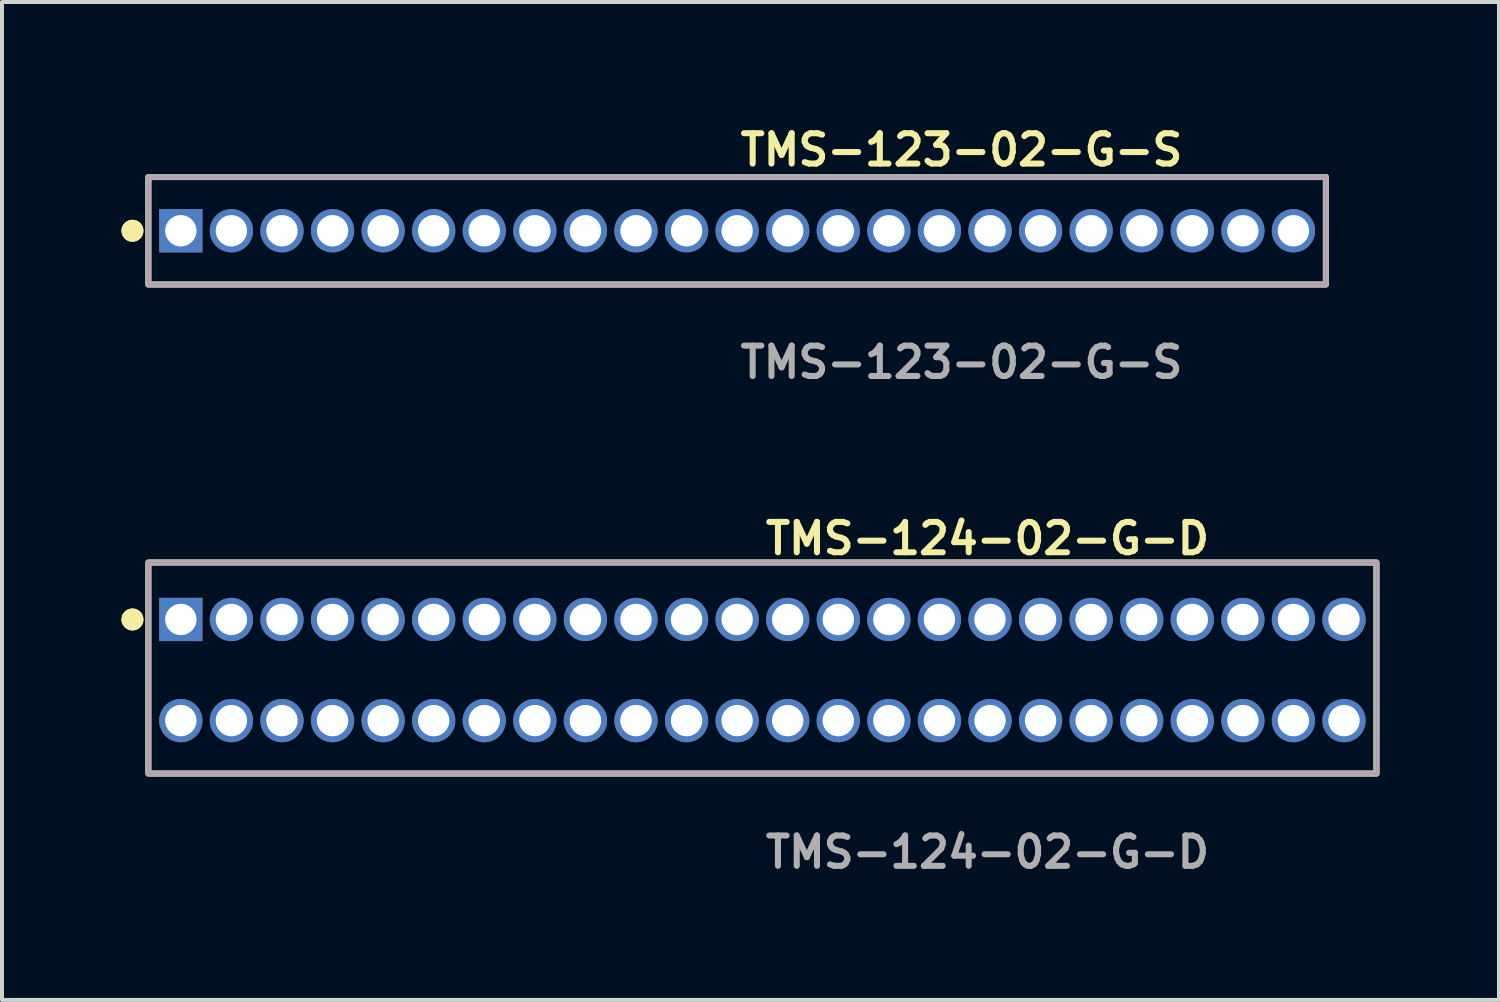
<source format=kicad_pcb>
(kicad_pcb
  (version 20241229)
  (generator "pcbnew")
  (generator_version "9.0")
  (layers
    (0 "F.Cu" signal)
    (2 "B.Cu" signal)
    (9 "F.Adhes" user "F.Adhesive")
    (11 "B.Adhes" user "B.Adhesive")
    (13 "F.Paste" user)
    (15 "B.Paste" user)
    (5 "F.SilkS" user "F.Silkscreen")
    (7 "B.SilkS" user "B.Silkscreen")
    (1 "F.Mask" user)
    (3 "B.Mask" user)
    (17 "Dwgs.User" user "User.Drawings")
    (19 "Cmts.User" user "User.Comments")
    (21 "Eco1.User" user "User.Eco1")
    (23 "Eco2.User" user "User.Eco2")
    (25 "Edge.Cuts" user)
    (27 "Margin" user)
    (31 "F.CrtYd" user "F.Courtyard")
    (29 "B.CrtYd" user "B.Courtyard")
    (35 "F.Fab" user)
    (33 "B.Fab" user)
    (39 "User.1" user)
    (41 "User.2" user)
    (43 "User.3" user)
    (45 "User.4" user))
  (footprint "TMS-124-02-G-D"
    (layer "F.Cu")
    (at 16.096 13.776)
    (property "Reference" "TMS-124-02-G-D" (at 0 -3.302 0) (unlocked yes) (layer "F.SilkS") (effects (font (size 0.762 0.762) (thickness 0.152)) (justify left)))
    (fp_rect (start -15.42 2.6) (end 15.42 -2.7) (stroke (width 0.152) (type solid)) (fill no) (layer "F.SilkS"))
    (fp_circle (center -15.82 -1.27) (end -16.02 -1.27) (stroke (width 0.152) (type solid)) (fill yes) (layer "F.SilkS"))
    (fp_circle (center -15.82 -1.27) (end -16.02 -1.27) (stroke (width 0.152) (type solid)) (fill yes) (layer "F.SilkS"))
    (fp_rect (start -15.42 2.6) (end 15.42 -2.7) (stroke (width 0.006) (type solid)) (fill no) (layer "F.CrtYd"))
    (fp_rect (start -15.42 2.6) (end 15.42 -2.7) (stroke (width 0.152) (type solid)) (fill no) (layer "F.Fab"))
    (fp_text user "${REFERENCE}" (at 0 4.572 0) (unlocked yes) (layer "F.Fab") (effects (font (size 0.762 0.762) (thickness 0.152)) (justify left)))
    (pad "1" thru_hole rect (at -14.605 -1.27) (size 1.087 1.087) (drill 0.787) (layers "*.Cu" "*.Mask"))
    (pad "2" thru_hole circle (at -14.605 1.27) (size 1.087 1.087) (drill 0.787) (layers "*.Cu" "*.Mask"))
    (pad "3" thru_hole circle (at -13.335 -1.27) (size 1.087 1.087) (drill 0.787) (layers "*.Cu" "*.Mask"))
    (pad "4" thru_hole circle (at -13.335 1.27) (size 1.087 1.087) (drill 0.787) (layers "*.Cu" "*.Mask"))
    (pad "5" thru_hole circle (at -12.065 -1.27) (size 1.087 1.087) (drill 0.787) (layers "*.Cu" "*.Mask"))
    (pad "6" thru_hole circle (at -12.065 1.27) (size 1.087 1.087) (drill 0.787) (layers "*.Cu" "*.Mask"))
    (pad "7" thru_hole circle (at -10.795 -1.27) (size 1.087 1.087) (drill 0.787) (layers "*.Cu" "*.Mask"))
    (pad "8" thru_hole circle (at -10.795 1.27) (size 1.087 1.087) (drill 0.787) (layers "*.Cu" "*.Mask"))
    (pad "9" thru_hole circle (at -9.525 -1.27) (size 1.087 1.087) (drill 0.787) (layers "*.Cu" "*.Mask"))
    (pad "10" thru_hole circle (at -9.525 1.27) (size 1.087 1.087) (drill 0.787) (layers "*.Cu" "*.Mask"))
    (pad "11" thru_hole circle (at -8.255 -1.27) (size 1.087 1.087) (drill 0.787) (layers "*.Cu" "*.Mask"))
    (pad "12" thru_hole circle (at -8.255 1.27) (size 1.087 1.087) (drill 0.787) (layers "*.Cu" "*.Mask"))
    (pad "13" thru_hole circle (at -6.985 -1.27) (size 1.087 1.087) (drill 0.787) (layers "*.Cu" "*.Mask"))
    (pad "14" thru_hole circle (at -6.985 1.27) (size 1.087 1.087) (drill 0.787) (layers "*.Cu" "*.Mask"))
    (pad "15" thru_hole circle (at -5.715 -1.27) (size 1.087 1.087) (drill 0.787) (layers "*.Cu" "*.Mask"))
    (pad "16" thru_hole circle (at -5.715 1.27) (size 1.087 1.087) (drill 0.787) (layers "*.Cu" "*.Mask"))
    (pad "17" thru_hole circle (at -4.445 -1.27) (size 1.087 1.087) (drill 0.787) (layers "*.Cu" "*.Mask"))
    (pad "18" thru_hole circle (at -4.445 1.27) (size 1.087 1.087) (drill 0.787) (layers "*.Cu" "*.Mask"))
    (pad "19" thru_hole circle (at -3.175 -1.27) (size 1.087 1.087) (drill 0.787) (layers "*.Cu" "*.Mask"))
    (pad "20" thru_hole circle (at -3.175 1.27) (size 1.087 1.087) (drill 0.787) (layers "*.Cu" "*.Mask"))
    (pad "21" thru_hole circle (at -1.905 -1.27) (size 1.087 1.087) (drill 0.787) (layers "*.Cu" "*.Mask"))
    (pad "22" thru_hole circle (at -1.905 1.27) (size 1.087 1.087) (drill 0.787) (layers "*.Cu" "*.Mask"))
    (pad "23" thru_hole circle (at -0.635 -1.27) (size 1.087 1.087) (drill 0.787) (layers "*.Cu" "*.Mask"))
    (pad "24" thru_hole circle (at -0.635 1.27) (size 1.087 1.087) (drill 0.787) (layers "*.Cu" "*.Mask"))
    (pad "25" thru_hole circle (at 0.635 -1.27) (size 1.087 1.087) (drill 0.787) (layers "*.Cu" "*.Mask"))
    (pad "26" thru_hole circle (at 0.635 1.27) (size 1.087 1.087) (drill 0.787) (layers "*.Cu" "*.Mask"))
    (pad "27" thru_hole circle (at 1.905 -1.27) (size 1.087 1.087) (drill 0.787) (layers "*.Cu" "*.Mask"))
    (pad "28" thru_hole circle (at 1.905 1.27) (size 1.087 1.087) (drill 0.787) (layers "*.Cu" "*.Mask"))
    (pad "29" thru_hole circle (at 3.175 -1.27) (size 1.087 1.087) (drill 0.787) (layers "*.Cu" "*.Mask"))
    (pad "30" thru_hole circle (at 3.175 1.27) (size 1.087 1.087) (drill 0.787) (layers "*.Cu" "*.Mask"))
    (pad "31" thru_hole circle (at 4.445 -1.27) (size 1.087 1.087) (drill 0.787) (layers "*.Cu" "*.Mask"))
    (pad "32" thru_hole circle (at 4.445 1.27) (size 1.087 1.087) (drill 0.787) (layers "*.Cu" "*.Mask"))
    (pad "33" thru_hole circle (at 5.715 -1.27) (size 1.087 1.087) (drill 0.787) (layers "*.Cu" "*.Mask"))
    (pad "34" thru_hole circle (at 5.715 1.27) (size 1.087 1.087) (drill 0.787) (layers "*.Cu" "*.Mask"))
    (pad "35" thru_hole circle (at 6.985 -1.27) (size 1.087 1.087) (drill 0.787) (layers "*.Cu" "*.Mask"))
    (pad "36" thru_hole circle (at 6.985 1.27) (size 1.087 1.087) (drill 0.787) (layers "*.Cu" "*.Mask"))
    (pad "37" thru_hole circle (at 8.255 -1.27) (size 1.087 1.087) (drill 0.787) (layers "*.Cu" "*.Mask"))
    (pad "38" thru_hole circle (at 8.255 1.27) (size 1.087 1.087) (drill 0.787) (layers "*.Cu" "*.Mask"))
    (pad "39" thru_hole circle (at 9.525 -1.27) (size 1.087 1.087) (drill 0.787) (layers "*.Cu" "*.Mask"))
    (pad "40" thru_hole circle (at 9.525 1.27) (size 1.087 1.087) (drill 0.787) (layers "*.Cu" "*.Mask"))
    (pad "41" thru_hole circle (at 10.795 -1.27) (size 1.087 1.087) (drill 0.787) (layers "*.Cu" "*.Mask"))
    (pad "42" thru_hole circle (at 10.795 1.27) (size 1.087 1.087) (drill 0.787) (layers "*.Cu" "*.Mask"))
    (pad "43" thru_hole circle (at 12.065 -1.27) (size 1.087 1.087) (drill 0.787) (layers "*.Cu" "*.Mask"))
    (pad "44" thru_hole circle (at 12.065 1.27) (size 1.087 1.087) (drill 0.787) (layers "*.Cu" "*.Mask"))
    (pad "45" thru_hole circle (at 13.335 -1.27) (size 1.087 1.087) (drill 0.787) (layers "*.Cu" "*.Mask"))
    (pad "46" thru_hole circle (at 13.335 1.27) (size 1.087 1.087) (drill 0.787) (layers "*.Cu" "*.Mask"))
    (pad "47" thru_hole circle (at 14.605 -1.27) (size 1.087 1.087) (drill 0.787) (layers "*.Cu" "*.Mask"))
    (pad "48" thru_hole circle (at 14.605 1.27) (size 1.087 1.087) (drill 0.787) (layers "*.Cu" "*.Mask")))
  (footprint "TMS-123-02-G-S"
    (layer "F.Cu")
    (at 15.461 2.745)
    (property "Reference" "TMS-123-02-G-S" (at 0 -2.032 0) (unlocked yes) (layer "F.SilkS") (effects (font (size 0.762 0.762) (thickness 0.152)) (justify left)))
    (fp_rect (start -14.785 1.35) (end 14.785 -1.35) (stroke (width 0.152) (type solid)) (fill no) (layer "F.SilkS"))
    (fp_circle (center -15.185 0) (end -15.385 0) (stroke (width 0.152) (type solid)) (fill yes) (layer "F.SilkS"))
    (fp_circle (center -15.185 0) (end -15.385 0) (stroke (width 0.152) (type solid)) (fill yes) (layer "F.SilkS"))
    (fp_rect (start -14.785 1.35) (end 14.785 -1.35) (stroke (width 0.006) (type solid)) (fill no) (layer "F.CrtYd"))
    (fp_rect (start -14.785 1.35) (end 14.785 -1.35) (stroke (width 0.152) (type solid)) (fill no) (layer "F.Fab"))
    (fp_text user "${REFERENCE}" (at 0 3.302 0) (unlocked yes) (layer "F.Fab") (effects (font (size 0.762 0.762) (thickness 0.152)) (justify left)))
    (pad "1" thru_hole rect (at -13.97 0) (size 1.087 1.087) (drill 0.787) (layers "*.Cu" "*.Mask"))
    (pad "2" thru_hole circle (at -12.7 0) (size 1.087 1.087) (drill 0.787) (layers "*.Cu" "*.Mask"))
    (pad "3" thru_hole circle (at -11.43 0) (size 1.087 1.087) (drill 0.787) (layers "*.Cu" "*.Mask"))
    (pad "4" thru_hole circle (at -10.16 0) (size 1.087 1.087) (drill 0.787) (layers "*.Cu" "*.Mask"))
    (pad "5" thru_hole circle (at -8.89 0) (size 1.087 1.087) (drill 0.787) (layers "*.Cu" "*.Mask"))
    (pad "6" thru_hole circle (at -7.62 0) (size 1.087 1.087) (drill 0.787) (layers "*.Cu" "*.Mask"))
    (pad "7" thru_hole circle (at -6.35 0) (size 1.087 1.087) (drill 0.787) (layers "*.Cu" "*.Mask"))
    (pad "8" thru_hole circle (at -5.08 0) (size 1.087 1.087) (drill 0.787) (layers "*.Cu" "*.Mask"))
    (pad "9" thru_hole circle (at -3.81 0) (size 1.087 1.087) (drill 0.787) (layers "*.Cu" "*.Mask"))
    (pad "10" thru_hole circle (at -2.54 0) (size 1.087 1.087) (drill 0.787) (layers "*.Cu" "*.Mask"))
    (pad "11" thru_hole circle (at -1.27 0) (size 1.087 1.087) (drill 0.787) (layers "*.Cu" "*.Mask"))
    (pad "12" thru_hole circle (at 0 0) (size 1.087 1.087) (drill 0.787) (layers "*.Cu" "*.Mask"))
    (pad "13" thru_hole circle (at 1.27 0) (size 1.087 1.087) (drill 0.787) (layers "*.Cu" "*.Mask"))
    (pad "14" thru_hole circle (at 2.54 0) (size 1.087 1.087) (drill 0.787) (layers "*.Cu" "*.Mask"))
    (pad "15" thru_hole circle (at 3.81 0) (size 1.087 1.087) (drill 0.787) (layers "*.Cu" "*.Mask"))
    (pad "16" thru_hole circle (at 5.08 0) (size 1.087 1.087) (drill 0.787) (layers "*.Cu" "*.Mask"))
    (pad "17" thru_hole circle (at 6.35 0) (size 1.087 1.087) (drill 0.787) (layers "*.Cu" "*.Mask"))
    (pad "18" thru_hole circle (at 7.62 0) (size 1.087 1.087) (drill 0.787) (layers "*.Cu" "*.Mask"))
    (pad "19" thru_hole circle (at 8.89 0) (size 1.087 1.087) (drill 0.787) (layers "*.Cu" "*.Mask"))
    (pad "20" thru_hole circle (at 10.16 0) (size 1.087 1.087) (drill 0.787) (layers "*.Cu" "*.Mask"))
    (pad "21" thru_hole circle (at 11.43 0) (size 1.087 1.087) (drill 0.787) (layers "*.Cu" "*.Mask"))
    (pad "22" thru_hole circle (at 12.7 0) (size 1.087 1.087) (drill 0.787) (layers "*.Cu" "*.Mask"))
    (pad "23" thru_hole circle (at 13.97 0) (size 1.087 1.087) (drill 0.787) (layers "*.Cu" "*.Mask")))
  (gr_rect
    (start -3 -3)
    (end 34.592 22.061)
    (stroke (width 0.1) (type default))
    (fill no)
    (layer "Edge.Cuts")))
</source>
